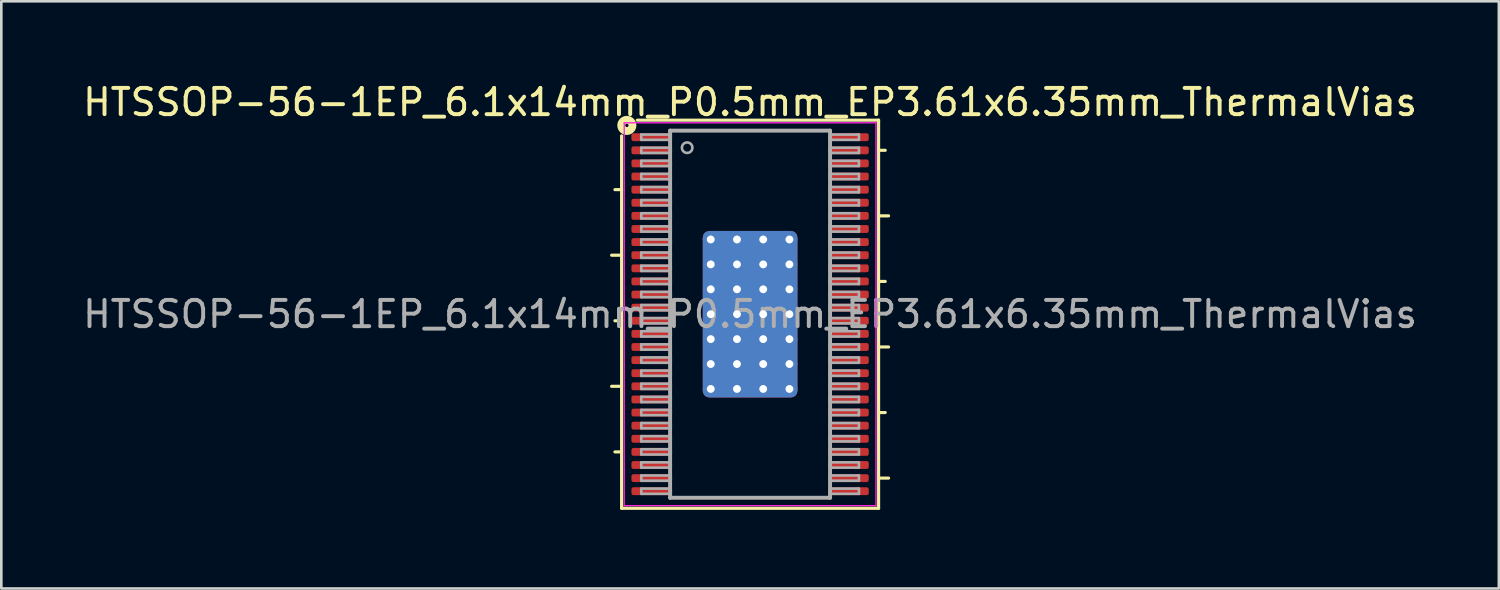
<source format=kicad_pcb>
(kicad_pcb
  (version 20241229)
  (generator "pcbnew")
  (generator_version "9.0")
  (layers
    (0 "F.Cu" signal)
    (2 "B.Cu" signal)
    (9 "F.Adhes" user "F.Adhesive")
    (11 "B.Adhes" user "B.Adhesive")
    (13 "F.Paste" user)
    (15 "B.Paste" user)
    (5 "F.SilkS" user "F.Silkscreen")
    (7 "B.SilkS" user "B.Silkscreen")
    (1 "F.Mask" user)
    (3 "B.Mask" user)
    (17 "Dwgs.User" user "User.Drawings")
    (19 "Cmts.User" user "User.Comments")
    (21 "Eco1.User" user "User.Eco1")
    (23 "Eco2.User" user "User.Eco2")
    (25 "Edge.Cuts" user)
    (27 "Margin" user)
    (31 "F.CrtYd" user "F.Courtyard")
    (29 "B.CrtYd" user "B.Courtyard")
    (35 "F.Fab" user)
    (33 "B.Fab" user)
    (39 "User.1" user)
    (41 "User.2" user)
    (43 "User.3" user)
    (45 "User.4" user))
  (footprint "HTSSOP-56-1EP_6.1x14mm_P0.5mm_EP3.61x6.35mm_ThermalVias"
    (layer "F.Cu")
    (at 25.554 8.932)
    (property "Reference" "HTSSOP-56-1EP_6.1x14mm_P0.5mm_EP3.61x6.35mm_ThermalVias" (at 0 -8.084 0) (layer "F.SilkS") (effects (font (size 1 1) (thickness 0.15))))
    (attr smd)
    (fp_line (start -5.281 -2.25) (end -4.9 -2.25) (stroke (width 0.12) (type solid)) (layer "F.SilkS"))
    (fp_line (start -5.281 2.75) (end -4.9 2.75) (stroke (width 0.12) (type solid)) (layer "F.SilkS"))
    (fp_line (start -5.154 -4.75) (end -4.9 -4.75) (stroke (width 0.12) (type solid)) (layer "F.SilkS"))
    (fp_line (start -5.154 0.25) (end -4.9 0.25) (stroke (width 0.12) (type solid)) (layer "F.SilkS"))
    (fp_line (start -5.154 5.25) (end -4.9 5.25) (stroke (width 0.12) (type solid)) (layer "F.SilkS"))
    (fp_line (start -4.9 7.4) (end -4.9 -6.8) (stroke (width 0.12) (type solid)) (layer "F.SilkS"))
    (fp_line (start -4.3 -7.4) (end 4.9 -7.4) (stroke (width 0.12) (type solid)) (layer "F.SilkS"))
    (fp_line (start 4.9 -7.4) (end 4.9 7.4) (stroke (width 0.12) (type solid)) (layer "F.SilkS"))
    (fp_line (start 4.9 -6.25) (end 5.154 -6.25) (stroke (width 0.12) (type solid)) (layer "F.SilkS"))
    (fp_line (start 4.9 -3.75) (end 5.281 -3.75) (stroke (width 0.12) (type solid)) (layer "F.SilkS"))
    (fp_line (start 4.9 -1.25) (end 5.154 -1.25) (stroke (width 0.12) (type solid)) (layer "F.SilkS"))
    (fp_line (start 4.9 1.25) (end 5.281 1.25) (stroke (width 0.12) (type solid)) (layer "F.SilkS"))
    (fp_line (start 4.9 3.75) (end 5.154 3.75) (stroke (width 0.12) (type solid)) (layer "F.SilkS"))
    (fp_line (start 4.9 6.25) (end 5.281 6.25) (stroke (width 0.12) (type solid)) (layer "F.SilkS"))
    (fp_line (start 4.9 7.4) (end -4.9 7.4) (stroke (width 0.12) (type solid)) (layer "F.SilkS"))
    (fp_circle (center -4.7 -7.2) (end -4.636 -7.2) (stroke (width 0.3) (type solid)) (fill no) (layer "F.SilkS"))
    (fp_line (start -4.8 -7.3) (end -4.8 7.3) (stroke (width 0.05) (type solid)) (layer "F.CrtYd"))
    (fp_line (start -4.8 -7.3) (end 4.8 -7.3) (stroke (width 0.05) (type solid)) (layer "F.CrtYd"))
    (fp_line (start -4.8 7.3) (end 4.8 7.3) (stroke (width 0.05) (type solid)) (layer "F.CrtYd"))
    (fp_line (start 4.8 -7.3) (end 4.8 7.3) (stroke (width 0.05) (type solid)) (layer "F.CrtYd"))
    (fp_line (start -4.15 -6.85) (end -4.15 -6.65) (stroke (width 0.1) (type solid)) (layer "F.Fab"))
    (fp_line (start -4.15 -6.85) (end -3.05 -6.85) (stroke (width 0.1) (type solid)) (layer "F.Fab"))
    (fp_line (start -4.15 -6.65) (end -3.05 -6.65) (stroke (width 0.1) (type solid)) (layer "F.Fab"))
    (fp_line (start -4.15 -6.35) (end -4.15 -6.15) (stroke (width 0.1) (type solid)) (layer "F.Fab"))
    (fp_line (start -4.15 -6.35) (end -3.05 -6.35) (stroke (width 0.1) (type solid)) (layer "F.Fab"))
    (fp_line (start -4.15 -6.15) (end -3.05 -6.15) (stroke (width 0.1) (type solid)) (layer "F.Fab"))
    (fp_line (start -4.15 -5.85) (end -4.15 -5.65) (stroke (width 0.1) (type solid)) (layer "F.Fab"))
    (fp_line (start -4.15 -5.85) (end -3.05 -5.85) (stroke (width 0.1) (type solid)) (layer "F.Fab"))
    (fp_line (start -4.15 -5.65) (end -3.05 -5.65) (stroke (width 0.1) (type solid)) (layer "F.Fab"))
    (fp_line (start -4.15 -5.35) (end -4.15 -5.15) (stroke (width 0.1) (type solid)) (layer "F.Fab"))
    (fp_line (start -4.15 -5.35) (end -3.05 -5.35) (stroke (width 0.1) (type solid)) (layer "F.Fab"))
    (fp_line (start -4.15 -5.15) (end -3.05 -5.15) (stroke (width 0.1) (type solid)) (layer "F.Fab"))
    (fp_line (start -4.15 -4.85) (end -4.15 -4.65) (stroke (width 0.1) (type solid)) (layer "F.Fab"))
    (fp_line (start -4.15 -4.85) (end -3.05 -4.85) (stroke (width 0.1) (type solid)) (layer "F.Fab"))
    (fp_line (start -4.15 -4.65) (end -3.05 -4.65) (stroke (width 0.1) (type solid)) (layer "F.Fab"))
    (fp_line (start -4.15 -4.35) (end -4.15 -4.15) (stroke (width 0.1) (type solid)) (layer "F.Fab"))
    (fp_line (start -4.15 -4.35) (end -3.05 -4.35) (stroke (width 0.1) (type solid)) (layer "F.Fab"))
    (fp_line (start -4.15 -4.15) (end -3.05 -4.15) (stroke (width 0.1) (type solid)) (layer "F.Fab"))
    (fp_line (start -4.15 -3.85) (end -4.15 -3.65) (stroke (width 0.1) (type solid)) (layer "F.Fab"))
    (fp_line (start -4.15 -3.85) (end -3.05 -3.85) (stroke (width 0.1) (type solid)) (layer "F.Fab"))
    (fp_line (start -4.15 -3.65) (end -3.05 -3.65) (stroke (width 0.1) (type solid)) (layer "F.Fab"))
    (fp_line (start -4.15 -3.35) (end -4.15 -3.15) (stroke (width 0.1) (type solid)) (layer "F.Fab"))
    (fp_line (start -4.15 -3.35) (end -3.05 -3.35) (stroke (width 0.1) (type solid)) (layer "F.Fab"))
    (fp_line (start -4.15 -3.15) (end -3.05 -3.15) (stroke (width 0.1) (type solid)) (layer "F.Fab"))
    (fp_line (start -4.15 -2.85) (end -4.15 -2.65) (stroke (width 0.1) (type solid)) (layer "F.Fab"))
    (fp_line (start -4.15 -2.85) (end -3.05 -2.85) (stroke (width 0.1) (type solid)) (layer "F.Fab"))
    (fp_line (start -4.15 -2.65) (end -3.05 -2.65) (stroke (width 0.1) (type solid)) (layer "F.Fab"))
    (fp_line (start -4.15 -2.35) (end -4.15 -2.15) (stroke (width 0.1) (type solid)) (layer "F.Fab"))
    (fp_line (start -4.15 -2.35) (end -3.05 -2.35) (stroke (width 0.1) (type solid)) (layer "F.Fab"))
    (fp_line (start -4.15 -2.15) (end -3.05 -2.15) (stroke (width 0.1) (type solid)) (layer "F.Fab"))
    (fp_line (start -4.15 -1.85) (end -4.15 -1.65) (stroke (width 0.1) (type solid)) (layer "F.Fab"))
    (fp_line (start -4.15 -1.85) (end -3.05 -1.85) (stroke (width 0.1) (type solid)) (layer "F.Fab"))
    (fp_line (start -4.15 -1.65) (end -3.05 -1.65) (stroke (width 0.1) (type solid)) (layer "F.Fab"))
    (fp_line (start -4.15 -1.35) (end -4.15 -1.15) (stroke (width 0.1) (type solid)) (layer "F.Fab"))
    (fp_line (start -4.15 -1.35) (end -3.05 -1.35) (stroke (width 0.1) (type solid)) (layer "F.Fab"))
    (fp_line (start -4.15 -1.15) (end -3.05 -1.15) (stroke (width 0.1) (type solid)) (layer "F.Fab"))
    (fp_line (start -4.15 -0.85) (end -4.15 -0.65) (stroke (width 0.1) (type solid)) (layer "F.Fab"))
    (fp_line (start -4.15 -0.85) (end -3.05 -0.85) (stroke (width 0.1) (type solid)) (layer "F.Fab"))
    (fp_line (start -4.15 -0.65) (end -3.05 -0.65) (stroke (width 0.1) (type solid)) (layer "F.Fab"))
    (fp_line (start -4.15 -0.35) (end -4.15 -0.15) (stroke (width 0.1) (type solid)) (layer "F.Fab"))
    (fp_line (start -4.15 -0.35) (end -3.05 -0.35) (stroke (width 0.1) (type solid)) (layer "F.Fab"))
    (fp_line (start -4.15 -0.15) (end -3.05 -0.15) (stroke (width 0.1) (type solid)) (layer "F.Fab"))
    (fp_line (start -4.15 0.15) (end -4.15 0.35) (stroke (width 0.1) (type solid)) (layer "F.Fab"))
    (fp_line (start -4.15 0.15) (end -3.05 0.15) (stroke (width 0.1) (type solid)) (layer "F.Fab"))
    (fp_line (start -4.15 0.35) (end -3.05 0.35) (stroke (width 0.1) (type solid)) (layer "F.Fab"))
    (fp_line (start -4.15 0.65) (end -4.15 0.85) (stroke (width 0.1) (type solid)) (layer "F.Fab"))
    (fp_line (start -4.15 0.65) (end -3.05 0.65) (stroke (width 0.1) (type solid)) (layer "F.Fab"))
    (fp_line (start -4.15 0.85) (end -3.05 0.85) (stroke (width 0.1) (type solid)) (layer "F.Fab"))
    (fp_line (start -4.15 1.15) (end -4.15 1.35) (stroke (width 0.1) (type solid)) (layer "F.Fab"))
    (fp_line (start -4.15 1.15) (end -3.05 1.15) (stroke (width 0.1) (type solid)) (layer "F.Fab"))
    (fp_line (start -4.15 1.35) (end -3.05 1.35) (stroke (width 0.1) (type solid)) (layer "F.Fab"))
    (fp_line (start -4.15 1.65) (end -4.15 1.85) (stroke (width 0.1) (type solid)) (layer "F.Fab"))
    (fp_line (start -4.15 1.65) (end -3.05 1.65) (stroke (width 0.1) (type solid)) (layer "F.Fab"))
    (fp_line (start -4.15 1.85) (end -3.05 1.85) (stroke (width 0.1) (type solid)) (layer "F.Fab"))
    (fp_line (start -4.15 2.15) (end -4.15 2.35) (stroke (width 0.1) (type solid)) (layer "F.Fab"))
    (fp_line (start -4.15 2.15) (end -3.05 2.15) (stroke (width 0.1) (type solid)) (layer "F.Fab"))
    (fp_line (start -4.15 2.35) (end -3.05 2.35) (stroke (width 0.1) (type solid)) (layer "F.Fab"))
    (fp_line (start -4.15 2.65) (end -4.15 2.85) (stroke (width 0.1) (type solid)) (layer "F.Fab"))
    (fp_line (start -4.15 2.65) (end -3.05 2.65) (stroke (width 0.1) (type solid)) (layer "F.Fab"))
    (fp_line (start -4.15 2.85) (end -3.05 2.85) (stroke (width 0.1) (type solid)) (layer "F.Fab"))
    (fp_line (start -4.15 3.15) (end -4.15 3.35) (stroke (width 0.1) (type solid)) (layer "F.Fab"))
    (fp_line (start -4.15 3.15) (end -3.05 3.15) (stroke (width 0.1) (type solid)) (layer "F.Fab"))
    (fp_line (start -4.15 3.35) (end -3.05 3.35) (stroke (width 0.1) (type solid)) (layer "F.Fab"))
    (fp_line (start -4.15 3.65) (end -4.15 3.85) (stroke (width 0.1) (type solid)) (layer "F.Fab"))
    (fp_line (start -4.15 3.65) (end -3.05 3.65) (stroke (width 0.1) (type solid)) (layer "F.Fab"))
    (fp_line (start -4.15 3.85) (end -3.05 3.85) (stroke (width 0.1) (type solid)) (layer "F.Fab"))
    (fp_line (start -4.15 4.15) (end -4.15 4.35) (stroke (width 0.1) (type solid)) (layer "F.Fab"))
    (fp_line (start -4.15 4.15) (end -3.05 4.15) (stroke (width 0.1) (type solid)) (layer "F.Fab"))
    (fp_line (start -4.15 4.35) (end -3.05 4.35) (stroke (width 0.1) (type solid)) (layer "F.Fab"))
    (fp_line (start -4.15 4.65) (end -4.15 4.85) (stroke (width 0.1) (type solid)) (layer "F.Fab"))
    (fp_line (start -4.15 4.65) (end -3.05 4.65) (stroke (width 0.1) (type solid)) (layer "F.Fab"))
    (fp_line (start -4.15 4.85) (end -3.05 4.85) (stroke (width 0.1) (type solid)) (layer "F.Fab"))
    (fp_line (start -4.15 5.15) (end -4.15 5.35) (stroke (width 0.1) (type solid)) (layer "F.Fab"))
    (fp_line (start -4.15 5.15) (end -3.05 5.15) (stroke (width 0.1) (type solid)) (layer "F.Fab"))
    (fp_line (start -4.15 5.35) (end -3.05 5.35) (stroke (width 0.1) (type solid)) (layer "F.Fab"))
    (fp_line (start -4.15 5.65) (end -4.15 5.85) (stroke (width 0.1) (type solid)) (layer "F.Fab"))
    (fp_line (start -4.15 5.65) (end -3.05 5.65) (stroke (width 0.1) (type solid)) (layer "F.Fab"))
    (fp_line (start -4.15 5.85) (end -3.05 5.85) (stroke (width 0.1) (type solid)) (layer "F.Fab"))
    (fp_line (start -4.15 6.15) (end -4.15 6.35) (stroke (width 0.1) (type solid)) (layer "F.Fab"))
    (fp_line (start -4.15 6.15) (end -3.05 6.15) (stroke (width 0.1) (type solid)) (layer "F.Fab"))
    (fp_line (start -4.15 6.35) (end -3.05 6.35) (stroke (width 0.1) (type solid)) (layer "F.Fab"))
    (fp_line (start -4.15 6.65) (end -4.15 6.85) (stroke (width 0.1) (type solid)) (layer "F.Fab"))
    (fp_line (start -4.15 6.65) (end -3.05 6.65) (stroke (width 0.1) (type solid)) (layer "F.Fab"))
    (fp_line (start -4.15 6.85) (end -3.05 6.85) (stroke (width 0.1) (type solid)) (layer "F.Fab"))
    (fp_line (start -3.05 -7) (end 3.05 -7) (stroke (width 0.15) (type solid)) (layer "F.Fab"))
    (fp_line (start -3.05 7) (end -3.05 -7) (stroke (width 0.15) (type solid)) (layer "F.Fab"))
    (fp_line (start 3.05 -7) (end 3.05 7) (stroke (width 0.15) (type solid)) (layer "F.Fab"))
    (fp_line (start 3.05 7) (end -3.05 7) (stroke (width 0.15) (type solid)) (layer "F.Fab"))
    (fp_line (start 4.15 -6.85) (end 3.05 -6.85) (stroke (width 0.1) (type solid)) (layer "F.Fab"))
    (fp_line (start 4.15 -6.65) (end 3.05 -6.65) (stroke (width 0.1) (type solid)) (layer "F.Fab"))
    (fp_line (start 4.15 -6.65) (end 4.15 -6.85) (stroke (width 0.1) (type solid)) (layer "F.Fab"))
    (fp_line (start 4.15 -6.35) (end 3.05 -6.35) (stroke (width 0.1) (type solid)) (layer "F.Fab"))
    (fp_line (start 4.15 -6.15) (end 3.05 -6.15) (stroke (width 0.1) (type solid)) (layer "F.Fab"))
    (fp_line (start 4.15 -6.15) (end 4.15 -6.35) (stroke (width 0.1) (type solid)) (layer "F.Fab"))
    (fp_line (start 4.15 -5.85) (end 3.05 -5.85) (stroke (width 0.1) (type solid)) (layer "F.Fab"))
    (fp_line (start 4.15 -5.65) (end 3.05 -5.65) (stroke (width 0.1) (type solid)) (layer "F.Fab"))
    (fp_line (start 4.15 -5.65) (end 4.15 -5.85) (stroke (width 0.1) (type solid)) (layer "F.Fab"))
    (fp_line (start 4.15 -5.35) (end 3.05 -5.35) (stroke (width 0.1) (type solid)) (layer "F.Fab"))
    (fp_line (start 4.15 -5.15) (end 3.05 -5.15) (stroke (width 0.1) (type solid)) (layer "F.Fab"))
    (fp_line (start 4.15 -5.15) (end 4.15 -5.35) (stroke (width 0.1) (type solid)) (layer "F.Fab"))
    (fp_line (start 4.15 -4.85) (end 3.05 -4.85) (stroke (width 0.1) (type solid)) (layer "F.Fab"))
    (fp_line (start 4.15 -4.65) (end 3.05 -4.65) (stroke (width 0.1) (type solid)) (layer "F.Fab"))
    (fp_line (start 4.15 -4.65) (end 4.15 -4.85) (stroke (width 0.1) (type solid)) (layer "F.Fab"))
    (fp_line (start 4.15 -4.35) (end 3.05 -4.35) (stroke (width 0.1) (type solid)) (layer "F.Fab"))
    (fp_line (start 4.15 -4.15) (end 3.05 -4.15) (stroke (width 0.1) (type solid)) (layer "F.Fab"))
    (fp_line (start 4.15 -4.15) (end 4.15 -4.35) (stroke (width 0.1) (type solid)) (layer "F.Fab"))
    (fp_line (start 4.15 -3.85) (end 3.05 -3.85) (stroke (width 0.1) (type solid)) (layer "F.Fab"))
    (fp_line (start 4.15 -3.65) (end 3.05 -3.65) (stroke (width 0.1) (type solid)) (layer "F.Fab"))
    (fp_line (start 4.15 -3.65) (end 4.15 -3.85) (stroke (width 0.1) (type solid)) (layer "F.Fab"))
    (fp_line (start 4.15 -3.35) (end 3.05 -3.35) (stroke (width 0.1) (type solid)) (layer "F.Fab"))
    (fp_line (start 4.15 -3.15) (end 3.05 -3.15) (stroke (width 0.1) (type solid)) (layer "F.Fab"))
    (fp_line (start 4.15 -3.15) (end 4.15 -3.35) (stroke (width 0.1) (type solid)) (layer "F.Fab"))
    (fp_line (start 4.15 -2.85) (end 3.05 -2.85) (stroke (width 0.1) (type solid)) (layer "F.Fab"))
    (fp_line (start 4.15 -2.65) (end 3.05 -2.65) (stroke (width 0.1) (type solid)) (layer "F.Fab"))
    (fp_line (start 4.15 -2.65) (end 4.15 -2.85) (stroke (width 0.1) (type solid)) (layer "F.Fab"))
    (fp_line (start 4.15 -2.35) (end 3.05 -2.35) (stroke (width 0.1) (type solid)) (layer "F.Fab"))
    (fp_line (start 4.15 -2.15) (end 3.05 -2.15) (stroke (width 0.1) (type solid)) (layer "F.Fab"))
    (fp_line (start 4.15 -2.15) (end 4.15 -2.35) (stroke (width 0.1) (type solid)) (layer "F.Fab"))
    (fp_line (start 4.15 -1.85) (end 3.05 -1.85) (stroke (width 0.1) (type solid)) (layer "F.Fab"))
    (fp_line (start 4.15 -1.65) (end 3.05 -1.65) (stroke (width 0.1) (type solid)) (layer "F.Fab"))
    (fp_line (start 4.15 -1.65) (end 4.15 -1.85) (stroke (width 0.1) (type solid)) (layer "F.Fab"))
    (fp_line (start 4.15 -1.35) (end 3.05 -1.35) (stroke (width 0.1) (type solid)) (layer "F.Fab"))
    (fp_line (start 4.15 -1.15) (end 3.05 -1.15) (stroke (width 0.1) (type solid)) (layer "F.Fab"))
    (fp_line (start 4.15 -1.15) (end 4.15 -1.35) (stroke (width 0.1) (type solid)) (layer "F.Fab"))
    (fp_line (start 4.15 -0.85) (end 3.05 -0.85) (stroke (width 0.1) (type solid)) (layer "F.Fab"))
    (fp_line (start 4.15 -0.65) (end 3.05 -0.65) (stroke (width 0.1) (type solid)) (layer "F.Fab"))
    (fp_line (start 4.15 -0.65) (end 4.15 -0.85) (stroke (width 0.1) (type solid)) (layer "F.Fab"))
    (fp_line (start 4.15 -0.35) (end 3.05 -0.35) (stroke (width 0.1) (type solid)) (layer "F.Fab"))
    (fp_line (start 4.15 -0.15) (end 3.05 -0.15) (stroke (width 0.1) (type solid)) (layer "F.Fab"))
    (fp_line (start 4.15 -0.15) (end 4.15 -0.35) (stroke (width 0.1) (type solid)) (layer "F.Fab"))
    (fp_line (start 4.15 0.15) (end 3.05 0.15) (stroke (width 0.1) (type solid)) (layer "F.Fab"))
    (fp_line (start 4.15 0.35) (end 3.05 0.35) (stroke (width 0.1) (type solid)) (layer "F.Fab"))
    (fp_line (start 4.15 0.35) (end 4.15 0.15) (stroke (width 0.1) (type solid)) (layer "F.Fab"))
    (fp_line (start 4.15 0.65) (end 3.05 0.65) (stroke (width 0.1) (type solid)) (layer "F.Fab"))
    (fp_line (start 4.15 0.85) (end 3.05 0.85) (stroke (width 0.1) (type solid)) (layer "F.Fab"))
    (fp_line (start 4.15 0.85) (end 4.15 0.65) (stroke (width 0.1) (type solid)) (layer "F.Fab"))
    (fp_line (start 4.15 1.15) (end 3.05 1.15) (stroke (width 0.1) (type solid)) (layer "F.Fab"))
    (fp_line (start 4.15 1.35) (end 3.05 1.35) (stroke (width 0.1) (type solid)) (layer "F.Fab"))
    (fp_line (start 4.15 1.35) (end 4.15 1.15) (stroke (width 0.1) (type solid)) (layer "F.Fab"))
    (fp_line (start 4.15 1.65) (end 3.05 1.65) (stroke (width 0.1) (type solid)) (layer "F.Fab"))
    (fp_line (start 4.15 1.85) (end 3.05 1.85) (stroke (width 0.1) (type solid)) (layer "F.Fab"))
    (fp_line (start 4.15 1.85) (end 4.15 1.65) (stroke (width 0.1) (type solid)) (layer "F.Fab"))
    (fp_line (start 4.15 2.15) (end 3.05 2.15) (stroke (width 0.1) (type solid)) (layer "F.Fab"))
    (fp_line (start 4.15 2.35) (end 3.05 2.35) (stroke (width 0.1) (type solid)) (layer "F.Fab"))
    (fp_line (start 4.15 2.35) (end 4.15 2.15) (stroke (width 0.1) (type solid)) (layer "F.Fab"))
    (fp_line (start 4.15 2.65) (end 3.05 2.65) (stroke (width 0.1) (type solid)) (layer "F.Fab"))
    (fp_line (start 4.15 2.85) (end 3.05 2.85) (stroke (width 0.1) (type solid)) (layer "F.Fab"))
    (fp_line (start 4.15 2.85) (end 4.15 2.65) (stroke (width 0.1) (type solid)) (layer "F.Fab"))
    (fp_line (start 4.15 3.15) (end 3.05 3.15) (stroke (width 0.1) (type solid)) (layer "F.Fab"))
    (fp_line (start 4.15 3.35) (end 3.05 3.35) (stroke (width 0.1) (type solid)) (layer "F.Fab"))
    (fp_line (start 4.15 3.35) (end 4.15 3.15) (stroke (width 0.1) (type solid)) (layer "F.Fab"))
    (fp_line (start 4.15 3.65) (end 3.05 3.65) (stroke (width 0.1) (type solid)) (layer "F.Fab"))
    (fp_line (start 4.15 3.85) (end 3.05 3.85) (stroke (width 0.1) (type solid)) (layer "F.Fab"))
    (fp_line (start 4.15 3.85) (end 4.15 3.65) (stroke (width 0.1) (type solid)) (layer "F.Fab"))
    (fp_line (start 4.15 4.15) (end 3.05 4.15) (stroke (width 0.1) (type solid)) (layer "F.Fab"))
    (fp_line (start 4.15 4.35) (end 3.05 4.35) (stroke (width 0.1) (type solid)) (layer "F.Fab"))
    (fp_line (start 4.15 4.35) (end 4.15 4.15) (stroke (width 0.1) (type solid)) (layer "F.Fab"))
    (fp_line (start 4.15 4.65) (end 3.05 4.65) (stroke (width 0.1) (type solid)) (layer "F.Fab"))
    (fp_line (start 4.15 4.85) (end 3.05 4.85) (stroke (width 0.1) (type solid)) (layer "F.Fab"))
    (fp_line (start 4.15 4.85) (end 4.15 4.65) (stroke (width 0.1) (type solid)) (layer "F.Fab"))
    (fp_line (start 4.15 5.15) (end 3.05 5.15) (stroke (width 0.1) (type solid)) (layer "F.Fab"))
    (fp_line (start 4.15 5.35) (end 3.05 5.35) (stroke (width 0.1) (type solid)) (layer "F.Fab"))
    (fp_line (start 4.15 5.35) (end 4.15 5.15) (stroke (width 0.1) (type solid)) (layer "F.Fab"))
    (fp_line (start 4.15 5.65) (end 3.05 5.65) (stroke (width 0.1) (type solid)) (layer "F.Fab"))
    (fp_line (start 4.15 5.85) (end 3.05 5.85) (stroke (width 0.1) (type solid)) (layer "F.Fab"))
    (fp_line (start 4.15 5.85) (end 4.15 5.65) (stroke (width 0.1) (type solid)) (layer "F.Fab"))
    (fp_line (start 4.15 6.15) (end 3.05 6.15) (stroke (width 0.1) (type solid)) (layer "F.Fab"))
    (fp_line (start 4.15 6.35) (end 3.05 6.35) (stroke (width 0.1) (type solid)) (layer "F.Fab"))
    (fp_line (start 4.15 6.35) (end 4.15 6.15) (stroke (width 0.1) (type solid)) (layer "F.Fab"))
    (fp_line (start 4.15 6.65) (end 3.05 6.65) (stroke (width 0.1) (type solid)) (layer "F.Fab"))
    (fp_line (start 4.15 6.85) (end 3.05 6.85) (stroke (width 0.1) (type solid)) (layer "F.Fab"))
    (fp_line (start 4.15 6.85) (end 4.15 6.65) (stroke (width 0.1) (type solid)) (layer "F.Fab"))
    (fp_circle (center -2.4 -6.35) (end -2.2 -6.35) (stroke (width 0.1) (type solid)) (fill no) (layer "F.Fab"))
    (fp_text user "${REFERENCE}" (at 0 0 0) (layer "F.Fab") (effects (font (size 1 1) (thickness 0.15))))
    (pad "" smd roundrect (at -1 -2.375) (size 0.8 0.75) (layers "F.Paste") (roundrect_rratio 0.25))
    (pad "" smd roundrect (at -1 -1.425) (size 0.8 0.75) (layers "F.Paste") (roundrect_rratio 0.25))
    (pad "" smd roundrect (at -1 -0.475) (size 0.8 0.75) (layers "F.Paste") (roundrect_rratio 0.25))
    (pad "" smd roundrect (at -1 0.475) (size 0.8 0.75) (layers "F.Paste") (roundrect_rratio 0.25))
    (pad "" smd roundrect (at -1 1.425) (size 0.8 0.75) (layers "F.Paste") (roundrect_rratio 0.25))
    (pad "" smd roundrect (at -1 2.375) (size 0.8 0.75) (layers "F.Paste") (roundrect_rratio 0.25))
    (pad "" smd roundrect (at 0 -2.375) (size 0.8 0.75) (layers "F.Paste") (roundrect_rratio 0.25))
    (pad "" smd roundrect (at 0 -1.425) (size 0.8 0.75) (layers "F.Paste") (roundrect_rratio 0.25))
    (pad "" smd roundrect (at 0 -0.475) (size 0.8 0.75) (layers "F.Paste") (roundrect_rratio 0.25))
    (pad "" smd roundrect (at 0 0.475) (size 0.8 0.75) (layers "F.Paste") (roundrect_rratio 0.25))
    (pad "" smd roundrect (at 0 1.425) (size 0.8 0.75) (layers "F.Paste") (roundrect_rratio 0.25))
    (pad "" smd roundrect (at 0 2.375) (size 0.8 0.75) (layers "F.Paste") (roundrect_rratio 0.25))
    (pad "" smd roundrect (at 1 -2.375) (size 0.8 0.75) (layers "F.Paste") (roundrect_rratio 0.25))
    (pad "" smd roundrect (at 1 -1.425) (size 0.8 0.75) (layers "F.Paste") (roundrect_rratio 0.25))
    (pad "" smd roundrect (at 1 -0.475) (size 0.8 0.75) (layers "F.Paste") (roundrect_rratio 0.25))
    (pad "" smd roundrect (at 1 0.475) (size 0.8 0.75) (layers "F.Paste") (roundrect_rratio 0.25))
    (pad "" smd roundrect (at 1 1.425) (size 0.8 0.75) (layers "F.Paste") (roundrect_rratio 0.25))
    (pad "" smd roundrect (at 1 2.375) (size 0.8 0.75) (layers "F.Paste") (roundrect_rratio 0.25))
    (pad "1" smd roundrect (at -3.75 -6.75) (size 1.55 0.3) (layers "F.Cu" "F.Mask" "F.Paste") (roundrect_rratio 0.25))
    (pad "2" smd roundrect (at -3.75 -6.25) (size 1.55 0.3) (layers "F.Cu" "F.Mask" "F.Paste") (roundrect_rratio 0.25))
    (pad "3" smd roundrect (at -3.75 -5.75) (size 1.55 0.3) (layers "F.Cu" "F.Mask" "F.Paste") (roundrect_rratio 0.25))
    (pad "4" smd roundrect (at -3.75 -5.25) (size 1.55 0.3) (layers "F.Cu" "F.Mask" "F.Paste") (roundrect_rratio 0.25))
    (pad "5" smd roundrect (at -3.75 -4.75) (size 1.55 0.3) (layers "F.Cu" "F.Mask" "F.Paste") (roundrect_rratio 0.25))
    (pad "6" smd roundrect (at -3.75 -4.25) (size 1.55 0.3) (layers "F.Cu" "F.Mask" "F.Paste") (roundrect_rratio 0.25))
    (pad "7" smd roundrect (at -3.75 -3.75) (size 1.55 0.3) (layers "F.Cu" "F.Mask" "F.Paste") (roundrect_rratio 0.25))
    (pad "8" smd roundrect (at -3.75 -3.25) (size 1.55 0.3) (layers "F.Cu" "F.Mask" "F.Paste") (roundrect_rratio 0.25))
    (pad "9" smd roundrect (at -3.75 -2.75) (size 1.55 0.3) (layers "F.Cu" "F.Mask" "F.Paste") (roundrect_rratio 0.25))
    (pad "10" smd roundrect (at -3.75 -2.25) (size 1.55 0.3) (layers "F.Cu" "F.Mask" "F.Paste") (roundrect_rratio 0.25))
    (pad "11" smd roundrect (at -3.75 -1.75) (size 1.55 0.3) (layers "F.Cu" "F.Mask" "F.Paste") (roundrect_rratio 0.25))
    (pad "12" smd roundrect (at -3.75 -1.25) (size 1.55 0.3) (layers "F.Cu" "F.Mask" "F.Paste") (roundrect_rratio 0.25))
    (pad "13" smd roundrect (at -3.75 -0.75) (size 1.55 0.3) (layers "F.Cu" "F.Mask" "F.Paste") (roundrect_rratio 0.25))
    (pad "14" smd roundrect (at -3.75 -0.25) (size 1.55 0.3) (layers "F.Cu" "F.Mask" "F.Paste") (roundrect_rratio 0.25))
    (pad "15" smd roundrect (at -3.75 0.25) (size 1.55 0.3) (layers "F.Cu" "F.Mask" "F.Paste") (roundrect_rratio 0.25))
    (pad "16" smd roundrect (at -3.75 0.75) (size 1.55 0.3) (layers "F.Cu" "F.Mask" "F.Paste") (roundrect_rratio 0.25))
    (pad "17" smd roundrect (at -3.75 1.25) (size 1.55 0.3) (layers "F.Cu" "F.Mask" "F.Paste") (roundrect_rratio 0.25))
    (pad "18" smd roundrect (at -3.75 1.75) (size 1.55 0.3) (layers "F.Cu" "F.Mask" "F.Paste") (roundrect_rratio 0.25))
    (pad "19" smd roundrect (at -3.75 2.25) (size 1.55 0.3) (layers "F.Cu" "F.Mask" "F.Paste") (roundrect_rratio 0.25))
    (pad "20" smd roundrect (at -3.75 2.75) (size 1.55 0.3) (layers "F.Cu" "F.Mask" "F.Paste") (roundrect_rratio 0.25))
    (pad "21" smd roundrect (at -3.75 3.25) (size 1.55 0.3) (layers "F.Cu" "F.Mask" "F.Paste") (roundrect_rratio 0.25))
    (pad "22" smd roundrect (at -3.75 3.75) (size 1.55 0.3) (layers "F.Cu" "F.Mask" "F.Paste") (roundrect_rratio 0.25))
    (pad "23" smd roundrect (at -3.75 4.25) (size 1.55 0.3) (layers "F.Cu" "F.Mask" "F.Paste") (roundrect_rratio 0.25))
    (pad "24" smd roundrect (at -3.75 4.75) (size 1.55 0.3) (layers "F.Cu" "F.Mask" "F.Paste") (roundrect_rratio 0.25))
    (pad "25" smd roundrect (at -3.75 5.25) (size 1.55 0.3) (layers "F.Cu" "F.Mask" "F.Paste") (roundrect_rratio 0.25))
    (pad "26" smd roundrect (at -3.75 5.75) (size 1.55 0.3) (layers "F.Cu" "F.Mask" "F.Paste") (roundrect_rratio 0.25))
    (pad "27" smd roundrect (at -3.75 6.25) (size 1.55 0.3) (layers "F.Cu" "F.Mask" "F.Paste") (roundrect_rratio 0.25))
    (pad "28" smd roundrect (at -3.75 6.75) (size 1.55 0.3) (layers "F.Cu" "F.Mask" "F.Paste") (roundrect_rratio 0.25))
    (pad "29" smd roundrect (at 3.75 6.75) (size 1.55 0.3) (layers "F.Cu" "F.Mask" "F.Paste") (roundrect_rratio 0.25))
    (pad "30" smd roundrect (at 3.75 6.25) (size 1.55 0.3) (layers "F.Cu" "F.Mask" "F.Paste") (roundrect_rratio 0.25))
    (pad "31" smd roundrect (at 3.75 5.75) (size 1.55 0.3) (layers "F.Cu" "F.Mask" "F.Paste") (roundrect_rratio 0.25))
    (pad "32" smd roundrect (at 3.75 5.25) (size 1.55 0.3) (layers "F.Cu" "F.Mask" "F.Paste") (roundrect_rratio 0.25))
    (pad "33" smd roundrect (at 3.75 4.75) (size 1.55 0.3) (layers "F.Cu" "F.Mask" "F.Paste") (roundrect_rratio 0.25))
    (pad "34" smd roundrect (at 3.75 4.25) (size 1.55 0.3) (layers "F.Cu" "F.Mask" "F.Paste") (roundrect_rratio 0.25))
    (pad "35" smd roundrect (at 3.75 3.75) (size 1.55 0.3) (layers "F.Cu" "F.Mask" "F.Paste") (roundrect_rratio 0.25))
    (pad "36" smd roundrect (at 3.75 3.25) (size 1.55 0.3) (layers "F.Cu" "F.Mask" "F.Paste") (roundrect_rratio 0.25))
    (pad "37" smd roundrect (at 3.75 2.75) (size 1.55 0.3) (layers "F.Cu" "F.Mask" "F.Paste") (roundrect_rratio 0.25))
    (pad "38" smd roundrect (at 3.75 2.25) (size 1.55 0.3) (layers "F.Cu" "F.Mask" "F.Paste") (roundrect_rratio 0.25))
    (pad "39" smd roundrect (at 3.75 1.75) (size 1.55 0.3) (layers "F.Cu" "F.Mask" "F.Paste") (roundrect_rratio 0.25))
    (pad "40" smd roundrect (at 3.75 1.25) (size 1.55 0.3) (layers "F.Cu" "F.Mask" "F.Paste") (roundrect_rratio 0.25))
    (pad "41" smd roundrect (at 3.75 0.75) (size 1.55 0.3) (layers "F.Cu" "F.Mask" "F.Paste") (roundrect_rratio 0.25))
    (pad "42" smd roundrect (at 3.75 0.25) (size 1.55 0.3) (layers "F.Cu" "F.Mask" "F.Paste") (roundrect_rratio 0.25))
    (pad "43" smd roundrect (at 3.75 -0.25) (size 1.55 0.3) (layers "F.Cu" "F.Mask" "F.Paste") (roundrect_rratio 0.25))
    (pad "44" smd roundrect (at 3.75 -0.75) (size 1.55 0.3) (layers "F.Cu" "F.Mask" "F.Paste") (roundrect_rratio 0.25))
    (pad "45" smd roundrect (at 3.75 -1.25) (size 1.55 0.3) (layers "F.Cu" "F.Mask" "F.Paste") (roundrect_rratio 0.25))
    (pad "46" smd roundrect (at 3.75 -1.75) (size 1.55 0.3) (layers "F.Cu" "F.Mask" "F.Paste") (roundrect_rratio 0.25))
    (pad "47" smd roundrect (at 3.75 -2.25) (size 1.55 0.3) (layers "F.Cu" "F.Mask" "F.Paste") (roundrect_rratio 0.25))
    (pad "48" smd roundrect (at 3.75 -2.75) (size 1.55 0.3) (layers "F.Cu" "F.Mask" "F.Paste") (roundrect_rratio 0.25))
    (pad "49" smd roundrect (at 3.75 -3.25) (size 1.55 0.3) (layers "F.Cu" "F.Mask" "F.Paste") (roundrect_rratio 0.25))
    (pad "50" smd roundrect (at 3.75 -3.75) (size 1.55 0.3) (layers "F.Cu" "F.Mask" "F.Paste") (roundrect_rratio 0.25))
    (pad "51" smd roundrect (at 3.75 -4.25) (size 1.55 0.3) (layers "F.Cu" "F.Mask" "F.Paste") (roundrect_rratio 0.25))
    (pad "52" smd roundrect (at 3.75 -4.75) (size 1.55 0.3) (layers "F.Cu" "F.Mask" "F.Paste") (roundrect_rratio 0.25))
    (pad "53" smd roundrect (at 3.75 -5.25) (size 1.55 0.3) (layers "F.Cu" "F.Mask" "F.Paste") (roundrect_rratio 0.25))
    (pad "54" smd roundrect (at 3.75 -5.75) (size 1.55 0.3) (layers "F.Cu" "F.Mask" "F.Paste") (roundrect_rratio 0.25))
    (pad "55" smd roundrect (at 3.75 -6.25) (size 1.55 0.3) (layers "F.Cu" "F.Mask" "F.Paste") (roundrect_rratio 0.25))
    (pad "56" smd roundrect (at 3.75 -6.75) (size 1.55 0.3) (layers "F.Cu" "F.Mask" "F.Paste") (roundrect_rratio 0.25))
    (pad "57" thru_hole circle (at -1.5 -2.85) (size 0.6 0.6) (drill 0.3) (property pad_prop_heatsink) (layers "*.Cu"))
    (pad "57" thru_hole circle (at -1.5 -1.9) (size 0.6 0.6) (drill 0.3) (property pad_prop_heatsink) (layers "*.Cu"))
    (pad "57" thru_hole circle (at -1.5 -0.95) (size 0.6 0.6) (drill 0.3) (property pad_prop_heatsink) (layers "*.Cu"))
    (pad "57" thru_hole circle (at -1.5 0) (size 0.6 0.6) (drill 0.3) (property pad_prop_heatsink) (layers "*.Cu"))
    (pad "57" thru_hole circle (at -1.5 0.95) (size 0.6 0.6) (drill 0.3) (property pad_prop_heatsink) (layers "*.Cu"))
    (pad "57" thru_hole circle (at -1.5 1.9) (size 0.6 0.6) (drill 0.3) (property pad_prop_heatsink) (layers "*.Cu"))
    (pad "57" thru_hole circle (at -1.5 2.85) (size 0.6 0.6) (drill 0.3) (property pad_prop_heatsink) (layers "*.Cu"))
    (pad "57" thru_hole circle (at -0.5 -2.85) (size 0.6 0.6) (drill 0.3) (property pad_prop_heatsink) (layers "*.Cu"))
    (pad "57" thru_hole circle (at -0.5 -1.9) (size 0.6 0.6) (drill 0.3) (property pad_prop_heatsink) (layers "*.Cu"))
    (pad "57" thru_hole circle (at -0.5 -0.95) (size 0.6 0.6) (drill 0.3) (property pad_prop_heatsink) (layers "*.Cu"))
    (pad "57" thru_hole circle (at -0.5 0) (size 0.6 0.6) (drill 0.3) (property pad_prop_heatsink) (layers "*.Cu"))
    (pad "57" thru_hole circle (at -0.5 0.95) (size 0.6 0.6) (drill 0.3) (property pad_prop_heatsink) (layers "*.Cu"))
    (pad "57" thru_hole circle (at -0.5 1.9) (size 0.6 0.6) (drill 0.3) (property pad_prop_heatsink) (layers "*.Cu"))
    (pad "57" thru_hole circle (at -0.5 2.85) (size 0.6 0.6) (drill 0.3) (property pad_prop_heatsink) (layers "*.Cu"))
    (pad "57" smd roundrect (at 0 0) (size 3.61 6.35) (layers "F.Cu" "F.Mask") (roundrect_rratio 0.069))
    (pad "57" smd roundrect (at 0 0) (size 3.61 6.35) (layers "B.Cu" "B.Mask") (roundrect_rratio 0.069))
    (pad "57" thru_hole circle (at 0.5 -2.85) (size 0.6 0.6) (drill 0.3) (property pad_prop_heatsink) (layers "*.Cu"))
    (pad "57" thru_hole circle (at 0.5 -1.9) (size 0.6 0.6) (drill 0.3) (property pad_prop_heatsink) (layers "*.Cu"))
    (pad "57" thru_hole circle (at 0.5 -0.95) (size 0.6 0.6) (drill 0.3) (property pad_prop_heatsink) (layers "*.Cu"))
    (pad "57" thru_hole circle (at 0.5 0) (size 0.6 0.6) (drill 0.3) (property pad_prop_heatsink) (layers "*.Cu"))
    (pad "57" thru_hole circle (at 0.5 0.95) (size 0.6 0.6) (drill 0.3) (property pad_prop_heatsink) (layers "*.Cu"))
    (pad "57" thru_hole circle (at 0.5 1.9) (size 0.6 0.6) (drill 0.3) (property pad_prop_heatsink) (layers "*.Cu"))
    (pad "57" thru_hole circle (at 0.5 2.85) (size 0.6 0.6) (drill 0.3) (property pad_prop_heatsink) (layers "*.Cu"))
    (pad "57" thru_hole circle (at 1.5 -2.85) (size 0.6 0.6) (drill 0.3) (property pad_prop_heatsink) (layers "*.Cu"))
    (pad "57" thru_hole circle (at 1.5 -1.9) (size 0.6 0.6) (drill 0.3) (property pad_prop_heatsink) (layers "*.Cu"))
    (pad "57" thru_hole circle (at 1.5 -0.95) (size 0.6 0.6) (drill 0.3) (property pad_prop_heatsink) (layers "*.Cu"))
    (pad "57" thru_hole circle (at 1.5 0) (size 0.6 0.6) (drill 0.3) (property pad_prop_heatsink) (layers "*.Cu"))
    (pad "57" thru_hole circle (at 1.5 0.95) (size 0.6 0.6) (drill 0.3) (property pad_prop_heatsink) (layers "*.Cu"))
    (pad "57" thru_hole circle (at 1.5 1.9) (size 0.6 0.6) (drill 0.3) (property pad_prop_heatsink) (layers "*.Cu"))
    (pad "57" thru_hole circle (at 1.5 2.85) (size 0.6 0.6) (drill 0.3) (property pad_prop_heatsink) (layers "*.Cu")))
  (gr_rect
    (start -3 -3)
    (end 54.107 19.392)
    (stroke (width 0.1) (type default))
    (fill no)
    (layer "Edge.Cuts")))
</source>
